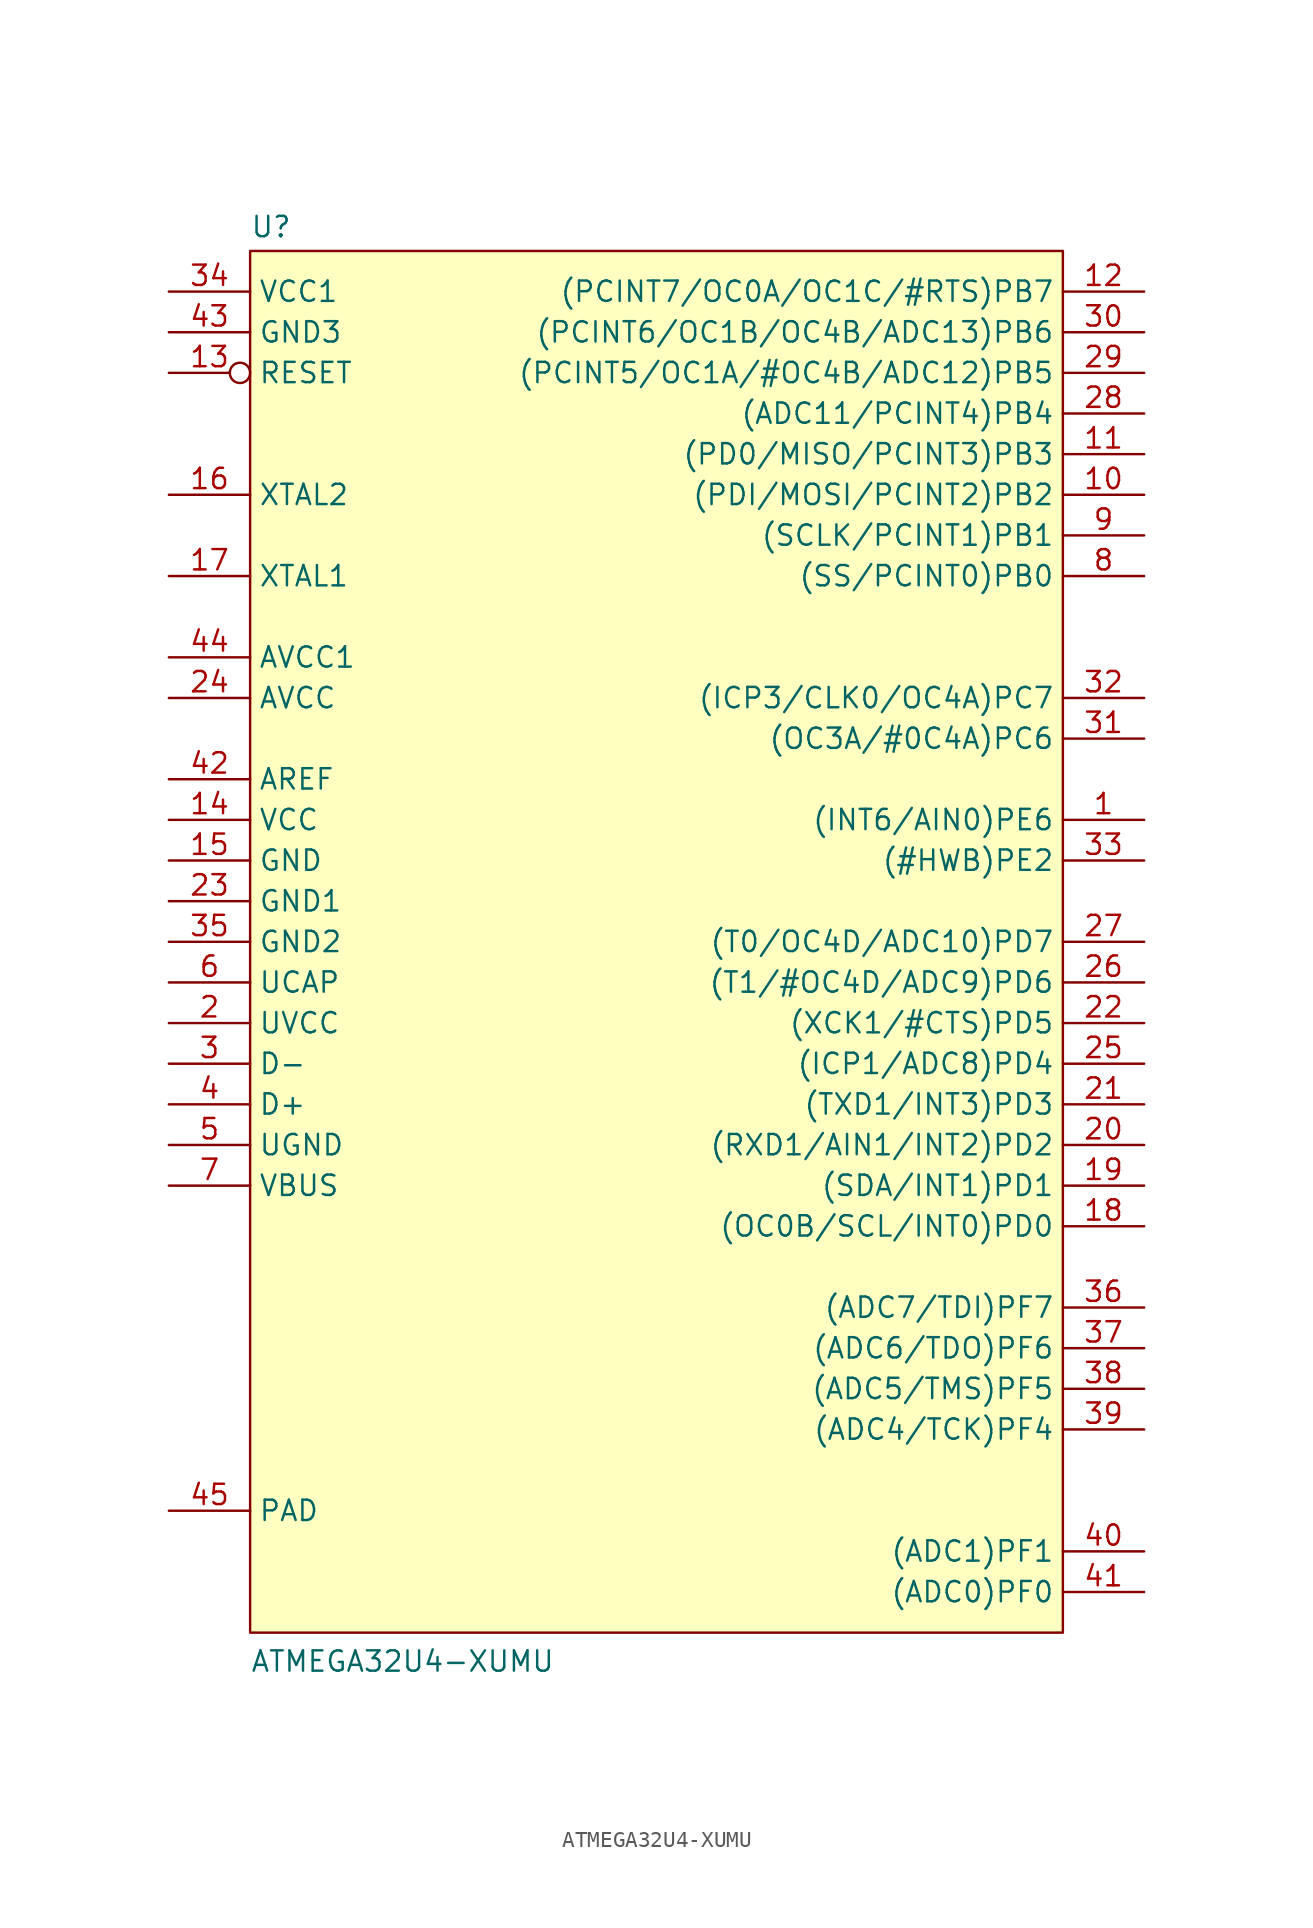
<source format=kicad_sym>
(kicad_symbol_lib
  (version 20231120)
  (generator "kicad_symbol_editor")
  (generator_version "8.0")
  (symbol "ATMEGA32U4-XUMU"
    (property "Reference" "U"
      (at 0 87.122 0)
      (effects (font (size 1.27 1.27)) (justify left bottom)))
    (property "Value" "ATMEGA32U4-XUMU"
      (at 0 -2.54 0)
      (effects (font (size 1.27 1.27)) (justify left bottom)))
    (symbol "ATMEGA32U4-XUMU_1_0"
      (pin bidirectional line (at 55.88 50.8 180) (length 5.08) (name "(INT6/AIN0)PE6" (effects (font (size 1.27 1.27)))) (number "1" (effects (font (size 1.27 1.27)))))
      (pin bidirectional line (at 55.88 71.12 180) (length 5.08) (name "(PDI/MOSI/PCINT2)PB2" (effects (font (size 1.27 1.27)))) (number "10" (effects (font (size 1.27 1.27)))))
      (pin bidirectional line (at 55.88 73.66 180) (length 5.08) (name "(PD0/MISO/PCINT3)PB3" (effects (font (size 1.27 1.27)))) (number "11" (effects (font (size 1.27 1.27)))))
      (pin bidirectional line (at 55.88 83.82 180) (length 5.08) (name "(PCINT7/OC0A/OC1C/#RTS)PB7" (effects (font (size 1.27 1.27)))) (number "12" (effects (font (size 1.27 1.27)))))
      (pin input inverted (at -5.08 78.74 0) (length 5.08) (name "RESET" (effects (font (size 1.27 1.27)))) (number "13" (effects (font (size 1.27 1.27)))))
      (pin power_in line (at -5.08 50.8 0) (length 5.08) (name "VCC" (effects (font (size 1.27 1.27)))) (number "14" (effects (font (size 1.27 1.27)))))
      (pin power_in line (at -5.08 48.26 0) (length 5.08) (name "GND" (effects (font (size 1.27 1.27)))) (number "15" (effects (font (size 1.27 1.27)))))
      (pin bidirectional line (at -5.08 71.12 0) (length 5.08) (name "XTAL2" (effects (font (size 1.27 1.27)))) (number "16" (effects (font (size 1.27 1.27)))))
      (pin bidirectional line (at -5.08 66.04 0) (length 5.08) (name "XTAL1" (effects (font (size 1.27 1.27)))) (number "17" (effects (font (size 1.27 1.27)))))
      (pin bidirectional line (at 55.88 25.4 180) (length 5.08) (name "(OC0B/SCL/INT0)PD0" (effects (font (size 1.27 1.27)))) (number "18" (effects (font (size 1.27 1.27)))))
      (pin bidirectional line (at 55.88 27.94 180) (length 5.08) (name "(SDA/INT1)PD1" (effects (font (size 1.27 1.27)))) (number "19" (effects (font (size 1.27 1.27)))))
      (pin power_in line (at -5.08 38.1 0) (length 5.08) (name "UVCC" (effects (font (size 1.27 1.27)))) (number "2" (effects (font (size 1.27 1.27)))))
      (pin bidirectional line (at 55.88 30.48 180) (length 5.08) (name "(RXD1/AIN1/INT2)PD2" (effects (font (size 1.27 1.27)))) (number "20" (effects (font (size 1.27 1.27)))))
      (pin bidirectional line (at 55.88 33.02 180) (length 5.08) (name "(TXD1/INT3)PD3" (effects (font (size 1.27 1.27)))) (number "21" (effects (font (size 1.27 1.27)))))
      (pin bidirectional line (at 55.88 38.1 180) (length 5.08) (name "(XCK1/#CTS)PD5" (effects (font (size 1.27 1.27)))) (number "22" (effects (font (size 1.27 1.27)))))
      (pin power_in line (at -5.08 45.72 0) (length 5.08) (name "GND1" (effects (font (size 1.27 1.27)))) (number "23" (effects (font (size 1.27 1.27)))))
      (pin power_in line (at -5.08 58.42 0) (length 5.08) (name "AVCC" (effects (font (size 1.27 1.27)))) (number "24" (effects (font (size 1.27 1.27)))))
      (pin bidirectional line (at 55.88 35.56 180) (length 5.08) (name "(ICP1/ADC8)PD4" (effects (font (size 1.27 1.27)))) (number "25" (effects (font (size 1.27 1.27)))))
      (pin bidirectional line (at 55.88 40.64 180) (length 5.08) (name "(T1/#OC4D/ADC9)PD6" (effects (font (size 1.27 1.27)))) (number "26" (effects (font (size 1.27 1.27)))))
      (pin bidirectional line (at 55.88 43.18 180) (length 5.08) (name "(T0/OC4D/ADC10)PD7" (effects (font (size 1.27 1.27)))) (number "27" (effects (font (size 1.27 1.27)))))
      (pin bidirectional line (at 55.88 76.2 180) (length 5.08) (name "(ADC11/PCINT4)PB4" (effects (font (size 1.27 1.27)))) (number "28" (effects (font (size 1.27 1.27)))))
      (pin bidirectional line (at 55.88 78.74 180) (length 5.08) (name "(PCINT5/OC1A/#OC4B/ADC12)PB5" (effects (font (size 1.27 1.27)))) (number "29" (effects (font (size 1.27 1.27)))))
      (pin bidirectional line (at -5.08 35.56 0) (length 5.08) (name "D-" (effects (font (size 1.27 1.27)))) (number "3" (effects (font (size 1.27 1.27)))))
      (pin bidirectional line (at 55.88 81.28 180) (length 5.08) (name "(PCINT6/OC1B/OC4B/ADC13)PB6" (effects (font (size 1.27 1.27)))) (number "30" (effects (font (size 1.27 1.27)))))
      (pin bidirectional line (at 55.88 55.88 180) (length 5.08) (name "(OC3A/#0C4A)PC6" (effects (font (size 1.27 1.27)))) (number "31" (effects (font (size 1.27 1.27)))))
      (pin bidirectional line (at 55.88 58.42 180) (length 5.08) (name "(ICP3/CLK0/OC4A)PC7" (effects (font (size 1.27 1.27)))) (number "32" (effects (font (size 1.27 1.27)))))
      (pin bidirectional line (at 55.88 48.26 180) (length 5.08) (name "(#HWB)PE2" (effects (font (size 1.27 1.27)))) (number "33" (effects (font (size 1.27 1.27)))))
      (pin power_in line (at -5.08 83.82 0) (length 5.08) (name "VCC1" (effects (font (size 1.27 1.27)))) (number "34" (effects (font (size 1.27 1.27)))))
      (pin power_in line (at -5.08 43.18 0) (length 5.08) (name "GND2" (effects (font (size 1.27 1.27)))) (number "35" (effects (font (size 1.27 1.27)))))
      (pin bidirectional line (at 55.88 20.32 180) (length 5.08) (name "(ADC7/TDI)PF7" (effects (font (size 1.27 1.27)))) (number "36" (effects (font (size 1.27 1.27)))))
      (pin bidirectional line (at 55.88 17.78 180) (length 5.08) (name "(ADC6/TDO)PF6" (effects (font (size 1.27 1.27)))) (number "37" (effects (font (size 1.27 1.27)))))
      (pin bidirectional line (at 55.88 15.24 180) (length 5.08) (name "(ADC5/TMS)PF5" (effects (font (size 1.27 1.27)))) (number "38" (effects (font (size 1.27 1.27)))))
      (pin bidirectional line (at 55.88 12.7 180) (length 5.08) (name "(ADC4/TCK)PF4" (effects (font (size 1.27 1.27)))) (number "39" (effects (font (size 1.27 1.27)))))
      (pin bidirectional line (at -5.08 33.02 0) (length 5.08) (name "D+" (effects (font (size 1.27 1.27)))) (number "4" (effects (font (size 1.27 1.27)))))
      (pin bidirectional line (at 55.88 5.08 180) (length 5.08) (name "(ADC1)PF1" (effects (font (size 1.27 1.27)))) (number "40" (effects (font (size 1.27 1.27)))))
      (pin bidirectional line (at 55.88 2.54 180) (length 5.08) (name "(ADC0)PF0" (effects (font (size 1.27 1.27)))) (number "41" (effects (font (size 1.27 1.27)))))
      (pin power_in line (at -5.08 53.34 0) (length 5.08) (name "AREF" (effects (font (size 1.27 1.27)))) (number "42" (effects (font (size 1.27 1.27)))))
      (pin power_in line (at -5.08 81.28 0) (length 5.08) (name "GND3" (effects (font (size 1.27 1.27)))) (number "43" (effects (font (size 1.27 1.27)))))
      (pin power_in line (at -5.08 60.96 0) (length 5.08) (name "AVCC1" (effects (font (size 1.27 1.27)))) (number "44" (effects (font (size 1.27 1.27)))))
      (pin power_in line (at -5.08 7.62 0) (length 5.08) (name "PAD" (effects (font (size 1.27 1.27)))) (number "45" (effects (font (size 1.27 1.27)))))
      (pin power_in line (at -5.08 30.48 0) (length 5.08) (name "UGND" (effects (font (size 1.27 1.27)))) (number "5" (effects (font (size 1.27 1.27)))))
      (pin passive line (at -5.08 40.64 0) (length 5.08) (name "UCAP" (effects (font (size 1.27 1.27)))) (number "6" (effects (font (size 1.27 1.27)))))
      (pin input line (at -5.08 27.94 0) (length 5.08) (name "VBUS" (effects (font (size 1.27 1.27)))) (number "7" (effects (font (size 1.27 1.27)))))
      (pin bidirectional line (at 55.88 66.04 180) (length 5.08) (name "(SS/PCINT0)PB0" (effects (font (size 1.27 1.27)))) (number "8" (effects (font (size 1.27 1.27)))))
      (pin bidirectional line (at 55.88 68.58 180) (length 5.08) (name "(SCLK/PCINT1)PB1" (effects (font (size 1.27 1.27)))) (number "9" (effects (font (size 1.27 1.27))))))
    (symbol "ATMEGA32U4-XUMU_1_1"
      (rectangle (start 0 86.36) (end 50.8 0) (stroke (width 0) (type default)) (fill (type background))))))
</source>
